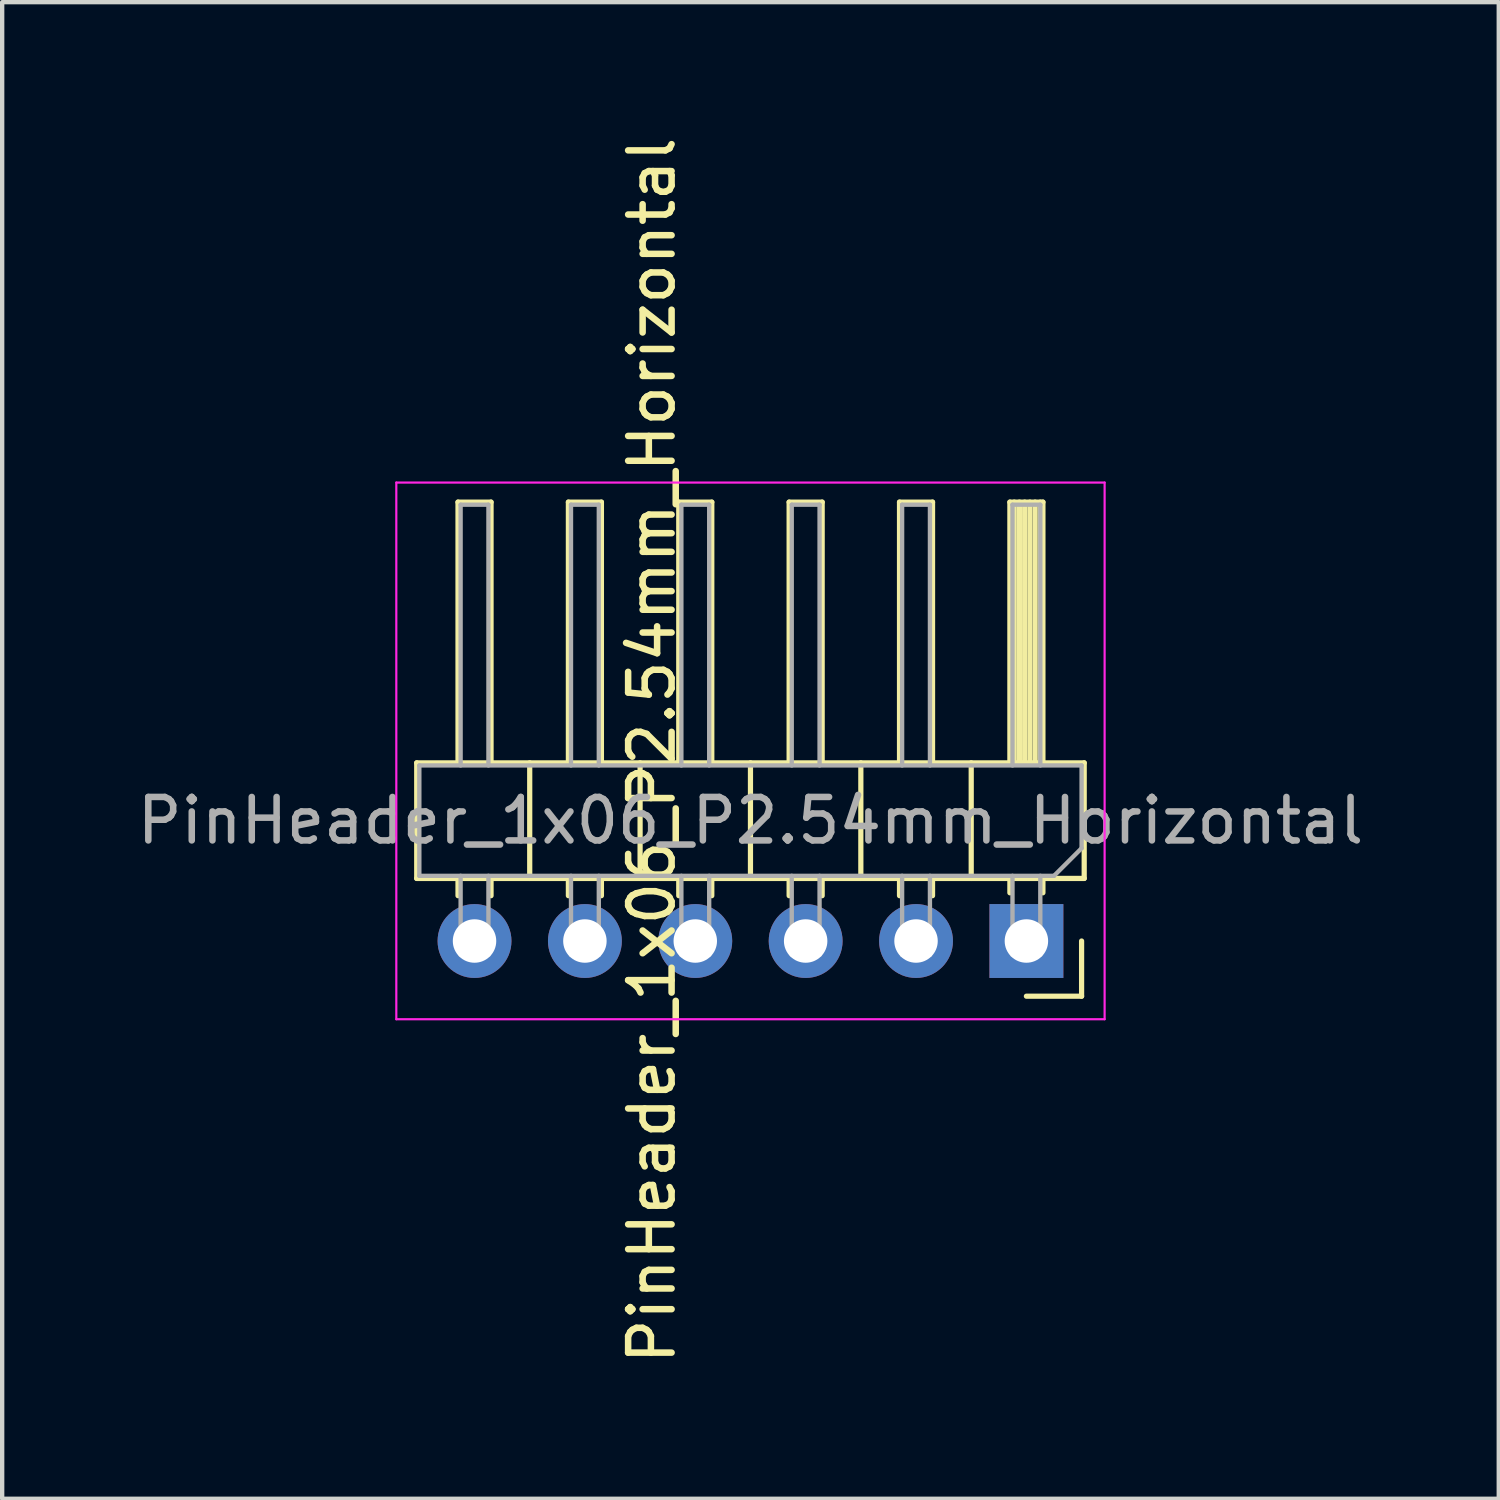
<source format=kicad_pcb>
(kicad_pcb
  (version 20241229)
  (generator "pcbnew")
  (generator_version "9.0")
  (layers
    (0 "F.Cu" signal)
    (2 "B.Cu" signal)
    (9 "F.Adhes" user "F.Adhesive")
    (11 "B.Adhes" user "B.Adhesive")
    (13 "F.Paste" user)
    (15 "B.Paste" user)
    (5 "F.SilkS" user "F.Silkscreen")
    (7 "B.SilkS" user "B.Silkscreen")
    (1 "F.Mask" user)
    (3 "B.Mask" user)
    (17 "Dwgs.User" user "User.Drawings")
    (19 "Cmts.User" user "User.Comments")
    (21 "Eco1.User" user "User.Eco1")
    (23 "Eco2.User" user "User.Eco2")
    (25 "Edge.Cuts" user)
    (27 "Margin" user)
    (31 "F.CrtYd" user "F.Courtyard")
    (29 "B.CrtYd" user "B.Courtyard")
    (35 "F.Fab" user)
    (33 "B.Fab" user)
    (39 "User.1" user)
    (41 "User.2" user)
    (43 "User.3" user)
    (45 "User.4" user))
  (footprint "PinHeader_1x06_P2.54mm_Horizontal"
    (layer "F.Cu")
    (at 14.22 18.605)
    (property "Reference" "PinHeader_1x06_P2.54mm_Horizontal" (at -2.27 -4.385 90) (layer "F.SilkS") (effects (font (size 1 1) (thickness 0.15))))
    (attr smd)
    (fp_line (start -7.68 -4.1) (end 7.68 -4.1) (stroke (width 0.12) (type solid)) (layer "F.SilkS"))
    (fp_line (start -7.68 -1.44) (end -7.68 -4.1) (stroke (width 0.12) (type solid)) (layer "F.SilkS"))
    (fp_line (start -6.73 -10.1) (end -6.73 -4.1) (stroke (width 0.12) (type solid)) (layer "F.SilkS"))
    (fp_line (start -6.73 -1.043) (end -6.73 -1.44) (stroke (width 0.12) (type solid)) (layer "F.SilkS"))
    (fp_line (start -5.97 -10.1) (end -6.73 -10.1) (stroke (width 0.12) (type solid)) (layer "F.SilkS"))
    (fp_line (start -5.97 -4.1) (end -5.97 -10.1) (stroke (width 0.12) (type solid)) (layer "F.SilkS"))
    (fp_line (start -5.97 -1.043) (end -5.97 -1.44) (stroke (width 0.12) (type solid)) (layer "F.SilkS"))
    (fp_line (start -5.08 -1.44) (end -5.08 -4.1) (stroke (width 0.12) (type solid)) (layer "F.SilkS"))
    (fp_line (start -4.19 -10.1) (end -4.19 -4.1) (stroke (width 0.12) (type solid)) (layer "F.SilkS"))
    (fp_line (start -4.19 -1.043) (end -4.19 -1.44) (stroke (width 0.12) (type solid)) (layer "F.SilkS"))
    (fp_line (start -3.43 -10.1) (end -4.19 -10.1) (stroke (width 0.12) (type solid)) (layer "F.SilkS"))
    (fp_line (start -3.43 -4.1) (end -3.43 -10.1) (stroke (width 0.12) (type solid)) (layer "F.SilkS"))
    (fp_line (start -3.43 -1.043) (end -3.43 -1.44) (stroke (width 0.12) (type solid)) (layer "F.SilkS"))
    (fp_line (start -2.54 -1.44) (end -2.54 -4.1) (stroke (width 0.12) (type solid)) (layer "F.SilkS"))
    (fp_line (start -1.65 -10.1) (end -1.65 -4.1) (stroke (width 0.12) (type solid)) (layer "F.SilkS"))
    (fp_line (start -1.65 -1.043) (end -1.65 -1.44) (stroke (width 0.12) (type solid)) (layer "F.SilkS"))
    (fp_line (start -0.89 -10.1) (end -1.65 -10.1) (stroke (width 0.12) (type solid)) (layer "F.SilkS"))
    (fp_line (start -0.89 -4.1) (end -0.89 -10.1) (stroke (width 0.12) (type solid)) (layer "F.SilkS"))
    (fp_line (start -0.89 -1.043) (end -0.89 -1.44) (stroke (width 0.12) (type solid)) (layer "F.SilkS"))
    (fp_line (start 0 -1.44) (end 0 -4.1) (stroke (width 0.12) (type solid)) (layer "F.SilkS"))
    (fp_line (start 0.89 -10.1) (end 0.89 -4.1) (stroke (width 0.12) (type solid)) (layer "F.SilkS"))
    (fp_line (start 0.89 -1.043) (end 0.89 -1.44) (stroke (width 0.12) (type solid)) (layer "F.SilkS"))
    (fp_line (start 1.65 -10.1) (end 0.89 -10.1) (stroke (width 0.12) (type solid)) (layer "F.SilkS"))
    (fp_line (start 1.65 -4.1) (end 1.65 -10.1) (stroke (width 0.12) (type solid)) (layer "F.SilkS"))
    (fp_line (start 1.65 -1.043) (end 1.65 -1.44) (stroke (width 0.12) (type solid)) (layer "F.SilkS"))
    (fp_line (start 2.54 -1.44) (end 2.54 -4.1) (stroke (width 0.12) (type solid)) (layer "F.SilkS"))
    (fp_line (start 3.43 -10.1) (end 3.43 -4.1) (stroke (width 0.12) (type solid)) (layer "F.SilkS"))
    (fp_line (start 3.43 -1.043) (end 3.43 -1.44) (stroke (width 0.12) (type solid)) (layer "F.SilkS"))
    (fp_line (start 4.19 -10.1) (end 3.43 -10.1) (stroke (width 0.12) (type solid)) (layer "F.SilkS"))
    (fp_line (start 4.19 -4.1) (end 4.19 -10.1) (stroke (width 0.12) (type solid)) (layer "F.SilkS"))
    (fp_line (start 4.19 -1.043) (end 4.19 -1.44) (stroke (width 0.12) (type solid)) (layer "F.SilkS"))
    (fp_line (start 5.08 -1.44) (end 5.08 -4.1) (stroke (width 0.12) (type solid)) (layer "F.SilkS"))
    (fp_line (start 5.97 -10.1) (end 5.97 -4.1) (stroke (width 0.12) (type solid)) (layer "F.SilkS"))
    (fp_line (start 5.97 -1.11) (end 5.97 -1.44) (stroke (width 0.12) (type solid)) (layer "F.SilkS"))
    (fp_line (start 6.07 -4.1) (end 6.07 -10.1) (stroke (width 0.12) (type solid)) (layer "F.SilkS"))
    (fp_line (start 6.19 -4.1) (end 6.19 -10.1) (stroke (width 0.12) (type solid)) (layer "F.SilkS"))
    (fp_line (start 6.31 -4.1) (end 6.31 -10.1) (stroke (width 0.12) (type solid)) (layer "F.SilkS"))
    (fp_line (start 6.35 1.27) (end 7.62 1.27) (stroke (width 0.12) (type solid)) (layer "F.SilkS"))
    (fp_line (start 6.43 -4.1) (end 6.43 -10.1) (stroke (width 0.12) (type solid)) (layer "F.SilkS"))
    (fp_line (start 6.55 -4.1) (end 6.55 -10.1) (stroke (width 0.12) (type solid)) (layer "F.SilkS"))
    (fp_line (start 6.67 -4.1) (end 6.67 -10.1) (stroke (width 0.12) (type solid)) (layer "F.SilkS"))
    (fp_line (start 6.73 -10.1) (end 5.97 -10.1) (stroke (width 0.12) (type solid)) (layer "F.SilkS"))
    (fp_line (start 6.73 -4.1) (end 6.73 -10.1) (stroke (width 0.12) (type solid)) (layer "F.SilkS"))
    (fp_line (start 6.73 -1.11) (end 6.73 -1.44) (stroke (width 0.12) (type solid)) (layer "F.SilkS"))
    (fp_line (start 7.62 1.27) (end 7.62 0) (stroke (width 0.12) (type solid)) (layer "F.SilkS"))
    (fp_line (start 7.68 -4.1) (end 7.68 -1.44) (stroke (width 0.12) (type solid)) (layer "F.SilkS"))
    (fp_line (start 7.68 -1.44) (end -7.68 -1.44) (stroke (width 0.12) (type solid)) (layer "F.SilkS"))
    (fp_line (start -8.15 -10.55) (end 8.15 -10.55) (stroke (width 0.05) (type solid)) (layer "F.CrtYd"))
    (fp_line (start -8.15 1.8) (end -8.15 -10.55) (stroke (width 0.05) (type solid)) (layer "F.CrtYd"))
    (fp_line (start 8.15 -10.55) (end 8.15 1.8) (stroke (width 0.05) (type solid)) (layer "F.CrtYd"))
    (fp_line (start 8.15 1.8) (end -8.15 1.8) (stroke (width 0.05) (type solid)) (layer "F.CrtYd"))
    (fp_line (start -7.62 -4.04) (end -7.62 -1.5) (stroke (width 0.1) (type solid)) (layer "F.Fab"))
    (fp_line (start -7.62 -1.5) (end 6.985 -1.5) (stroke (width 0.1) (type solid)) (layer "F.Fab"))
    (fp_line (start -6.67 -4.04) (end -6.67 -10.04) (stroke (width 0.1) (type solid)) (layer "F.Fab"))
    (fp_line (start -6.67 0.32) (end -6.67 -1.5) (stroke (width 0.1) (type solid)) (layer "F.Fab"))
    (fp_line (start -6.03 -10.04) (end -6.67 -10.04) (stroke (width 0.1) (type solid)) (layer "F.Fab"))
    (fp_line (start -6.03 -4.04) (end -6.03 -10.04) (stroke (width 0.1) (type solid)) (layer "F.Fab"))
    (fp_line (start -6.03 0.32) (end -6.67 0.32) (stroke (width 0.1) (type solid)) (layer "F.Fab"))
    (fp_line (start -6.03 0.32) (end -6.03 -1.5) (stroke (width 0.1) (type solid)) (layer "F.Fab"))
    (fp_line (start -4.13 -4.04) (end -4.13 -10.04) (stroke (width 0.1) (type solid)) (layer "F.Fab"))
    (fp_line (start -4.13 0.32) (end -4.13 -1.5) (stroke (width 0.1) (type solid)) (layer "F.Fab"))
    (fp_line (start -3.49 -10.04) (end -4.13 -10.04) (stroke (width 0.1) (type solid)) (layer "F.Fab"))
    (fp_line (start -3.49 -4.04) (end -3.49 -10.04) (stroke (width 0.1) (type solid)) (layer "F.Fab"))
    (fp_line (start -3.49 0.32) (end -4.13 0.32) (stroke (width 0.1) (type solid)) (layer "F.Fab"))
    (fp_line (start -3.49 0.32) (end -3.49 -1.5) (stroke (width 0.1) (type solid)) (layer "F.Fab"))
    (fp_line (start -1.59 -4.04) (end -1.59 -10.04) (stroke (width 0.1) (type solid)) (layer "F.Fab"))
    (fp_line (start -1.59 0.32) (end -1.59 -1.5) (stroke (width 0.1) (type solid)) (layer "F.Fab"))
    (fp_line (start -0.95 -10.04) (end -1.59 -10.04) (stroke (width 0.1) (type solid)) (layer "F.Fab"))
    (fp_line (start -0.95 -4.04) (end -0.95 -10.04) (stroke (width 0.1) (type solid)) (layer "F.Fab"))
    (fp_line (start -0.95 0.32) (end -1.59 0.32) (stroke (width 0.1) (type solid)) (layer "F.Fab"))
    (fp_line (start -0.95 0.32) (end -0.95 -1.5) (stroke (width 0.1) (type solid)) (layer "F.Fab"))
    (fp_line (start 0.95 -4.04) (end 0.95 -10.04) (stroke (width 0.1) (type solid)) (layer "F.Fab"))
    (fp_line (start 0.95 0.32) (end 0.95 -1.5) (stroke (width 0.1) (type solid)) (layer "F.Fab"))
    (fp_line (start 1.59 -10.04) (end 0.95 -10.04) (stroke (width 0.1) (type solid)) (layer "F.Fab"))
    (fp_line (start 1.59 -4.04) (end 1.59 -10.04) (stroke (width 0.1) (type solid)) (layer "F.Fab"))
    (fp_line (start 1.59 0.32) (end 0.95 0.32) (stroke (width 0.1) (type solid)) (layer "F.Fab"))
    (fp_line (start 1.59 0.32) (end 1.59 -1.5) (stroke (width 0.1) (type solid)) (layer "F.Fab"))
    (fp_line (start 3.49 -4.04) (end 3.49 -10.04) (stroke (width 0.1) (type solid)) (layer "F.Fab"))
    (fp_line (start 3.49 0.32) (end 3.49 -1.5) (stroke (width 0.1) (type solid)) (layer "F.Fab"))
    (fp_line (start 4.13 -10.04) (end 3.49 -10.04) (stroke (width 0.1) (type solid)) (layer "F.Fab"))
    (fp_line (start 4.13 -4.04) (end 4.13 -10.04) (stroke (width 0.1) (type solid)) (layer "F.Fab"))
    (fp_line (start 4.13 0.32) (end 3.49 0.32) (stroke (width 0.1) (type solid)) (layer "F.Fab"))
    (fp_line (start 4.13 0.32) (end 4.13 -1.5) (stroke (width 0.1) (type solid)) (layer "F.Fab"))
    (fp_line (start 6.03 -4.04) (end 6.03 -10.04) (stroke (width 0.1) (type solid)) (layer "F.Fab"))
    (fp_line (start 6.03 0.32) (end 6.03 -1.5) (stroke (width 0.1) (type solid)) (layer "F.Fab"))
    (fp_line (start 6.67 -10.04) (end 6.03 -10.04) (stroke (width 0.1) (type solid)) (layer "F.Fab"))
    (fp_line (start 6.67 -4.04) (end 6.67 -10.04) (stroke (width 0.1) (type solid)) (layer "F.Fab"))
    (fp_line (start 6.67 0.32) (end 6.03 0.32) (stroke (width 0.1) (type solid)) (layer "F.Fab"))
    (fp_line (start 6.67 0.32) (end 6.67 -1.5) (stroke (width 0.1) (type solid)) (layer "F.Fab"))
    (fp_line (start 6.985 -1.5) (end 7.62 -2.135) (stroke (width 0.1) (type solid)) (layer "F.Fab"))
    (fp_line (start 7.62 -4.04) (end -7.62 -4.04) (stroke (width 0.1) (type solid)) (layer "F.Fab"))
    (fp_line (start 7.62 -2.135) (end 7.62 -4.04) (stroke (width 0.1) (type solid)) (layer "F.Fab"))
    (fp_text user "${REFERENCE}" (at 0 -2.77 0) (layer "F.Fab") (effects (font (size 1 1) (thickness 0.15))))
    (pad "1" thru_hole rect (at 6.35 0 270) (size 1.7 1.7) (drill 1) (layers "*.Cu" "*.Mask"))
    (pad "2" thru_hole oval (at 3.81 0 270) (size 1.7 1.7) (drill 1) (layers "*.Cu" "*.Mask"))
    (pad "3" thru_hole oval (at 1.27 0 270) (size 1.7 1.7) (drill 1) (layers "*.Cu" "*.Mask"))
    (pad "4" thru_hole oval (at -1.27 0 270) (size 1.7 1.7) (drill 1) (layers "*.Cu" "*.Mask"))
    (pad "5" thru_hole oval (at -3.81 0 270) (size 1.7 1.7) (drill 1) (layers "*.Cu" "*.Mask"))
    (pad "6" thru_hole oval (at -6.35 0 270) (size 1.7 1.7) (drill 1) (layers "*.Cu" "*.Mask")))
  (gr_rect
    (start -3 -3)
    (end 31.44 31.44)
    (stroke (width 0.1) (type default))
    (fill no)
    (layer "Edge.Cuts")))
</source>
